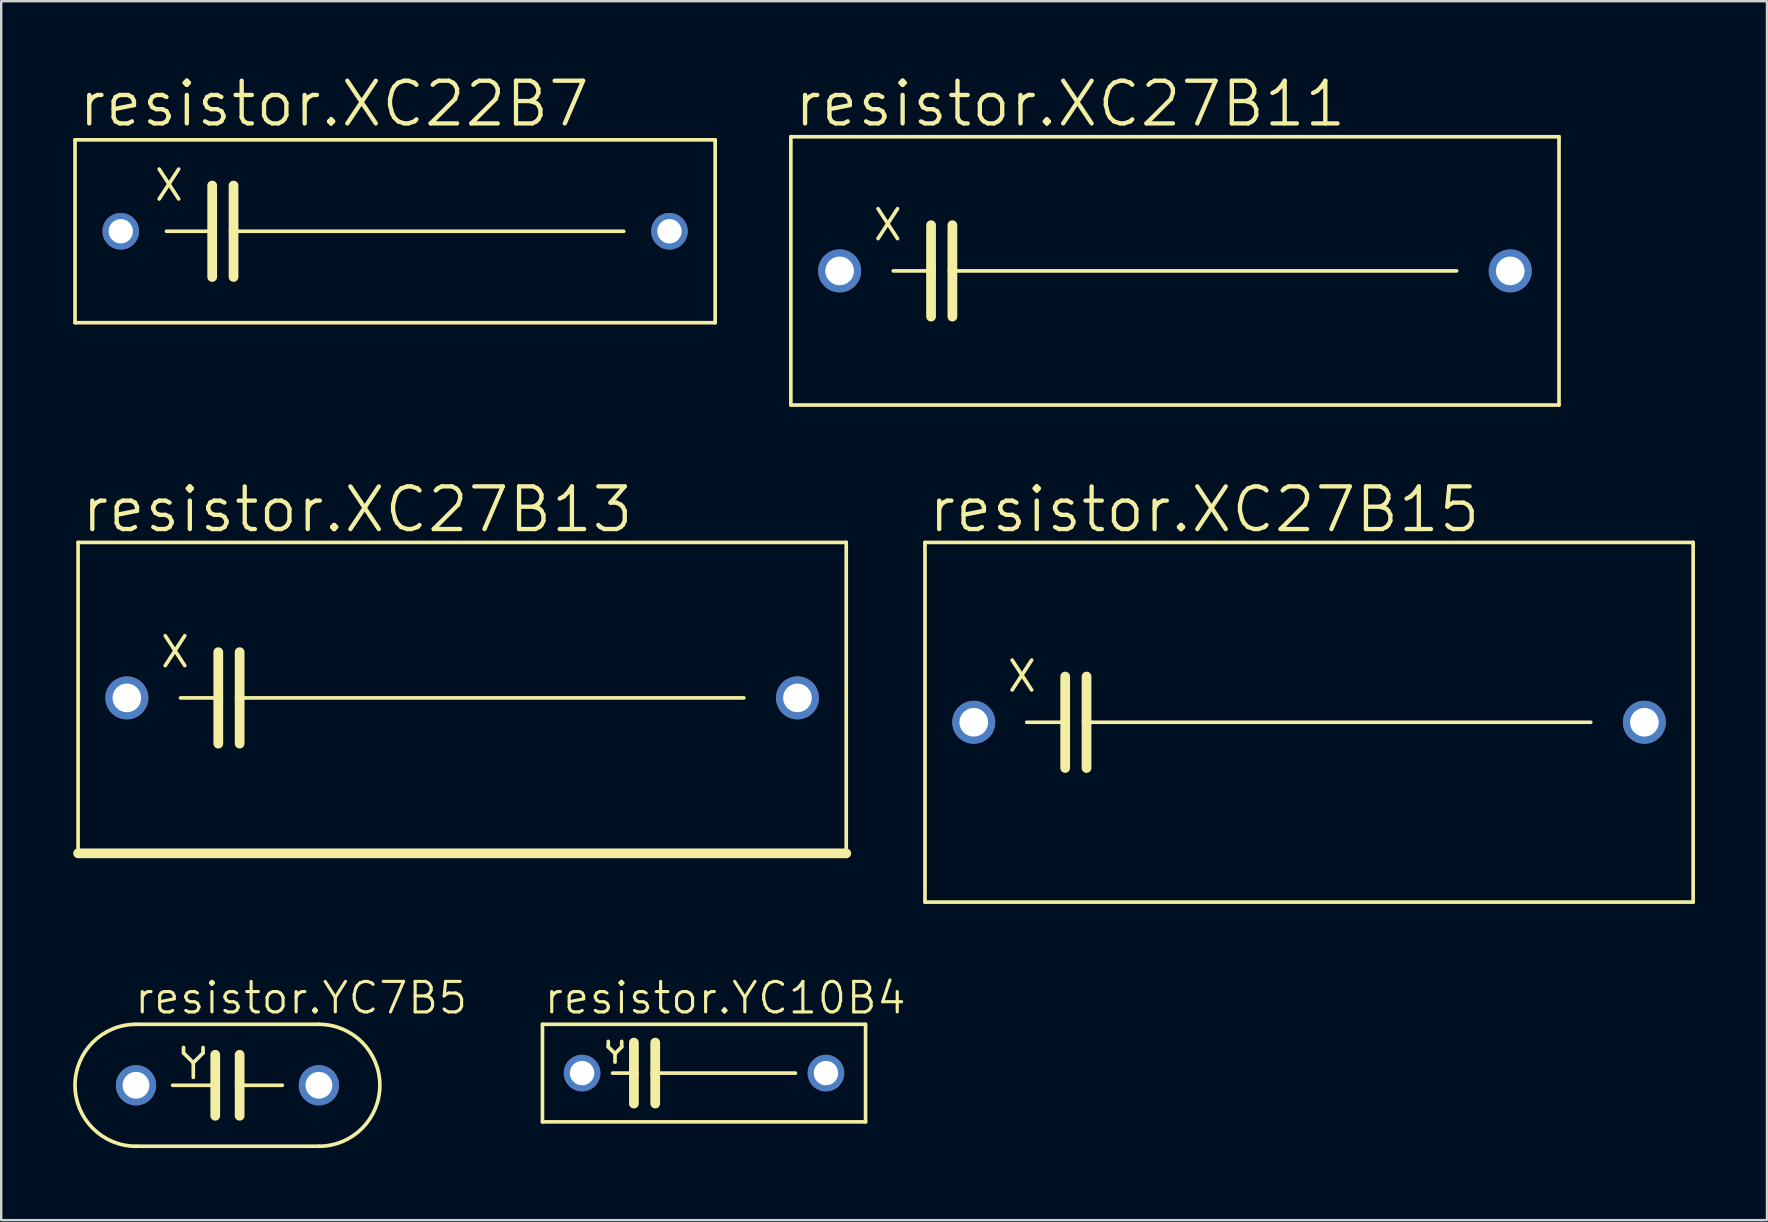
<source format=kicad_pcb>
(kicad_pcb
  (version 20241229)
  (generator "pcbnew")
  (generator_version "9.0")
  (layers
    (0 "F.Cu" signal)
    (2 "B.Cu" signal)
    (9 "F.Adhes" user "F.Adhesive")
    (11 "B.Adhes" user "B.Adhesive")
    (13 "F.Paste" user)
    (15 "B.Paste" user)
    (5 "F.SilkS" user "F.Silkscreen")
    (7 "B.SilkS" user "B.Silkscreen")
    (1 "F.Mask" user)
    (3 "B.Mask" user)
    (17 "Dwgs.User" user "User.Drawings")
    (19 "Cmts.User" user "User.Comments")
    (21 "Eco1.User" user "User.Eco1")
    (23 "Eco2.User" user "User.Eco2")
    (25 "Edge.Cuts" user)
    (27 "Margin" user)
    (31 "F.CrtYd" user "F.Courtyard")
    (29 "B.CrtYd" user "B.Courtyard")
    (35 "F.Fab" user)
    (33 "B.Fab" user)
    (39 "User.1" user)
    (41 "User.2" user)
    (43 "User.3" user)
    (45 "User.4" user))
  (footprint "resistor.XC27B13"
    (layer "F.Cu")
    (at 16.205 26.026)
    (property "Reference" "resistor.XC27B13" (at -15.951 -6.807 0) (layer "F.SilkS") (effects (font (size 1.778 1.778) (thickness 0.18)) (justify left bottom)))
    (attr through_hole)
    (fp_line (start -16.002 6.477) (end -16.002 -6.477) (stroke (width 0.152) (type default)) (layer "F.SilkS"))
    (fp_line (start -16.002 6.477) (end 16.002 6.477) (stroke (width 0.406) (type default)) (layer "F.SilkS"))
    (fp_line (start -12.37 -2.591) (end -11.557 -1.346) (stroke (width 0.152) (type default)) (layer "F.SilkS"))
    (fp_line (start -12.37 -1.346) (end -11.557 -2.591) (stroke (width 0.152) (type default)) (layer "F.SilkS"))
    (fp_line (start -11.735 0) (end -10.16 0) (stroke (width 0.152) (type default)) (layer "F.SilkS"))
    (fp_line (start -10.16 -1.905) (end -10.16 0) (stroke (width 0.406) (type default)) (layer "F.SilkS"))
    (fp_line (start -10.16 0) (end -10.16 1.905) (stroke (width 0.406) (type default)) (layer "F.SilkS"))
    (fp_line (start -9.271 -1.905) (end -9.271 0) (stroke (width 0.406) (type default)) (layer "F.SilkS"))
    (fp_line (start -9.271 0) (end -9.271 1.905) (stroke (width 0.406) (type default)) (layer "F.SilkS"))
    (fp_line (start -9.271 0) (end 11.735 0) (stroke (width 0.152) (type default)) (layer "F.SilkS"))
    (fp_line (start 16.002 -6.477) (end -16.002 -6.477) (stroke (width 0.152) (type default)) (layer "F.SilkS"))
    (fp_line (start 16.002 -6.477) (end 16.002 6.477) (stroke (width 0.152) (type default)) (layer "F.SilkS"))
    (pad "1" thru_hole circle (at -13.97 0) (size 1.791 1.791) (drill 1.194) (layers "*.Cu" "*.Mask"))
    (pad "2" thru_hole circle (at 13.97 0) (size 1.791 1.791) (drill 1.194) (layers "*.Cu" "*.Mask")))
  (footprint "resistor.YC7B5"
    (layer "F.Cu")
    (at 6.426 42.166)
    (property "Reference" "resistor.YC7B5" (at -3.937 -2.896 0) (layer "F.SilkS") (effects (font (size 1.27 1.27) (thickness 0.13)) (justify left bottom)))
    (attr through_hole)
    (fp_line (start -3.81 -2.54) (end 3.81 -2.54) (stroke (width 0.152) (type default)) (layer "F.SilkS"))
    (fp_line (start -3.81 2.54) (end 3.81 2.54) (stroke (width 0.152) (type default)) (layer "F.SilkS"))
    (fp_line (start -2.286 0) (end -0.508 0) (stroke (width 0.152) (type default)) (layer "F.SilkS"))
    (fp_line (start -1.829 -1.575) (end -1.829 -1.346) (stroke (width 0.152) (type default)) (layer "F.SilkS"))
    (fp_line (start -1.829 -1.346) (end -1.422 -0.94) (stroke (width 0.152) (type default)) (layer "F.SilkS"))
    (fp_line (start -1.422 -0.94) (end -1.422 -0.33) (stroke (width 0.152) (type default)) (layer "F.SilkS"))
    (fp_line (start -1.422 -0.94) (end -1.016 -1.346) (stroke (width 0.152) (type default)) (layer "F.SilkS"))
    (fp_line (start -1.016 -1.346) (end -1.016 -1.575) (stroke (width 0.152) (type default)) (layer "F.SilkS"))
    (fp_line (start -0.508 -1.27) (end -0.508 0) (stroke (width 0.406) (type default)) (layer "F.SilkS"))
    (fp_line (start -0.508 0) (end -0.508 1.27) (stroke (width 0.406) (type default)) (layer "F.SilkS"))
    (fp_line (start 0.508 -1.27) (end 0.508 0) (stroke (width 0.406) (type default)) (layer "F.SilkS"))
    (fp_line (start 0.508 0) (end 0.508 1.27) (stroke (width 0.406) (type default)) (layer "F.SilkS"))
    (fp_line (start 2.286 0) (end 0.508 0) (stroke (width 0.152) (type default)) (layer "F.SilkS"))
    (fp_arc (start -3.81 2.54) (mid -6.35 0) (end -3.81 -2.54) (stroke (width 0.1524) (type default)) (layer "F.SilkS"))
    (fp_arc (start 3.81 -2.54) (mid 6.35 0) (end 3.81 2.54) (stroke (width 0.1524) (type default)) (layer "F.SilkS"))
    (pad "1" thru_hole circle (at -3.81 0) (size 1.676 1.676) (drill 1.118) (layers "*.Cu" "*.Mask"))
    (pad "2" thru_hole circle (at 3.81 0) (size 1.676 1.676) (drill 1.118) (layers "*.Cu" "*.Mask")))
  (footprint "resistor.XC27B11"
    (layer "F.Cu")
    (at 45.901 8.236)
    (property "Reference" "resistor.XC27B11" (at -15.951 -5.918 0) (layer "F.SilkS") (effects (font (size 1.778 1.778) (thickness 0.18)) (justify left bottom)))
    (attr through_hole)
    (fp_line (start -16.002 5.588) (end -16.002 -5.588) (stroke (width 0.152) (type default)) (layer "F.SilkS"))
    (fp_line (start -16.002 5.588) (end 16.002 5.588) (stroke (width 0.152) (type default)) (layer "F.SilkS"))
    (fp_line (start -12.37 -2.591) (end -11.557 -1.346) (stroke (width 0.152) (type default)) (layer "F.SilkS"))
    (fp_line (start -12.37 -1.346) (end -11.557 -2.591) (stroke (width 0.152) (type default)) (layer "F.SilkS"))
    (fp_line (start -11.735 0) (end -10.16 0) (stroke (width 0.152) (type default)) (layer "F.SilkS"))
    (fp_line (start -10.16 -1.905) (end -10.16 0) (stroke (width 0.406) (type default)) (layer "F.SilkS"))
    (fp_line (start -10.16 0) (end -10.16 1.905) (stroke (width 0.406) (type default)) (layer "F.SilkS"))
    (fp_line (start -9.271 -1.905) (end -9.271 0) (stroke (width 0.406) (type default)) (layer "F.SilkS"))
    (fp_line (start -9.271 0) (end -9.271 1.905) (stroke (width 0.406) (type default)) (layer "F.SilkS"))
    (fp_line (start -9.271 0) (end 11.735 0) (stroke (width 0.152) (type default)) (layer "F.SilkS"))
    (fp_line (start 16.002 -5.588) (end -16.002 -5.588) (stroke (width 0.152) (type default)) (layer "F.SilkS"))
    (fp_line (start 16.002 -5.588) (end 16.002 5.588) (stroke (width 0.152) (type default)) (layer "F.SilkS"))
    (pad "1" thru_hole circle (at -13.97 0) (size 1.791 1.791) (drill 1.194) (layers "*.Cu" "*.Mask"))
    (pad "2" thru_hole circle (at 13.97 0) (size 1.791 1.791) (drill 1.194) (layers "*.Cu" "*.Mask")))
  (footprint "resistor.YC10B4"
    (layer "F.Cu")
    (at 26.281 41.658)
    (property "Reference" "resistor.YC10B4" (at -6.731 -2.388 0) (layer "F.SilkS") (effects (font (size 1.27 1.27) (thickness 0.13)) (justify left bottom)))
    (attr through_hole)
    (fp_line (start -6.731 -2.032) (end -6.731 2.032) (stroke (width 0.152) (type default)) (layer "F.SilkS"))
    (fp_line (start -6.731 2.032) (end 6.731 2.032) (stroke (width 0.152) (type default)) (layer "F.SilkS"))
    (fp_line (start -3.988 -1.321) (end -3.988 -1.092) (stroke (width 0.152) (type default)) (layer "F.SilkS"))
    (fp_line (start -3.988 -1.092) (end -3.708 -0.813) (stroke (width 0.152) (type default)) (layer "F.SilkS"))
    (fp_line (start -3.81 0) (end -2.921 0) (stroke (width 0.152) (type default)) (layer "F.SilkS"))
    (fp_line (start -3.708 -0.813) (end -3.708 -0.457) (stroke (width 0.152) (type default)) (layer "F.SilkS"))
    (fp_line (start -3.708 -0.813) (end -3.429 -1.092) (stroke (width 0.152) (type default)) (layer "F.SilkS"))
    (fp_line (start -3.429 -1.092) (end -3.429 -1.321) (stroke (width 0.152) (type default)) (layer "F.SilkS"))
    (fp_line (start -2.921 -1.27) (end -2.921 0) (stroke (width 0.406) (type default)) (layer "F.SilkS"))
    (fp_line (start -2.921 0) (end -2.921 1.27) (stroke (width 0.406) (type default)) (layer "F.SilkS"))
    (fp_line (start -2.032 -1.27) (end -2.032 0) (stroke (width 0.406) (type default)) (layer "F.SilkS"))
    (fp_line (start -2.032 0) (end -2.032 1.27) (stroke (width 0.406) (type default)) (layer "F.SilkS"))
    (fp_line (start 3.81 0) (end -2.032 0) (stroke (width 0.152) (type default)) (layer "F.SilkS"))
    (fp_line (start 6.731 -2.032) (end -6.731 -2.032) (stroke (width 0.152) (type default)) (layer "F.SilkS"))
    (fp_line (start 6.731 2.032) (end 6.731 -2.032) (stroke (width 0.152) (type default)) (layer "F.SilkS"))
    (pad "1" thru_hole circle (at -5.08 0) (size 1.524 1.524) (drill 1.016) (layers "*.Cu" "*.Mask"))
    (pad "2" thru_hole circle (at 5.08 0) (size 1.524 1.524) (drill 1.016) (layers "*.Cu" "*.Mask")))
  (footprint "resistor.XC22B7"
    (layer "F.Cu")
    (at 13.411 6.585)
    (property "Reference" "resistor.XC22B7" (at -13.284 -4.267 0) (layer "F.SilkS") (effects (font (size 1.778 1.778) (thickness 0.18)) (justify left bottom)))
    (attr through_hole)
    (fp_line (start -13.335 -3.81) (end 13.335 -3.81) (stroke (width 0.152) (type default)) (layer "F.SilkS"))
    (fp_line (start -13.335 3.81) (end -13.335 -3.81) (stroke (width 0.152) (type default)) (layer "F.SilkS"))
    (fp_line (start -9.83 -2.591) (end -9.017 -1.346) (stroke (width 0.152) (type default)) (layer "F.SilkS"))
    (fp_line (start -9.83 -1.346) (end -9.017 -2.591) (stroke (width 0.152) (type default)) (layer "F.SilkS"))
    (fp_line (start -9.525 0) (end -7.62 0) (stroke (width 0.152) (type default)) (layer "F.SilkS"))
    (fp_line (start -7.62 -1.905) (end -7.62 0) (stroke (width 0.406) (type default)) (layer "F.SilkS"))
    (fp_line (start -7.62 0) (end -7.62 1.905) (stroke (width 0.406) (type default)) (layer "F.SilkS"))
    (fp_line (start -6.731 -1.905) (end -6.731 0) (stroke (width 0.406) (type default)) (layer "F.SilkS"))
    (fp_line (start -6.731 0) (end -6.731 1.905) (stroke (width 0.406) (type default)) (layer "F.SilkS"))
    (fp_line (start -6.731 0) (end 9.525 0) (stroke (width 0.152) (type default)) (layer "F.SilkS"))
    (fp_line (start 13.335 -3.81) (end 13.335 3.81) (stroke (width 0.152) (type default)) (layer "F.SilkS"))
    (fp_line (start 13.335 3.81) (end -13.335 3.81) (stroke (width 0.152) (type default)) (layer "F.SilkS"))
    (pad "1" thru_hole circle (at -11.43 0) (size 1.524 1.524) (drill 1.016) (layers "*.Cu" "*.Mask"))
    (pad "2" thru_hole circle (at 11.43 0) (size 1.524 1.524) (drill 1.016) (layers "*.Cu" "*.Mask")))
  (footprint "resistor.XC27B15"
    (layer "F.Cu")
    (at 51.489 27.042)
    (property "Reference" "resistor.XC27B15" (at -15.951 -7.823 0) (layer "F.SilkS") (effects (font (size 1.778 1.778) (thickness 0.18)) (justify left bottom)))
    (attr through_hole)
    (fp_line (start -16.002 7.493) (end -16.002 -7.493) (stroke (width 0.152) (type default)) (layer "F.SilkS"))
    (fp_line (start -16.002 7.493) (end 16.002 7.493) (stroke (width 0.152) (type default)) (layer "F.SilkS"))
    (fp_line (start -12.37 -2.591) (end -11.557 -1.346) (stroke (width 0.152) (type default)) (layer "F.SilkS"))
    (fp_line (start -12.37 -1.346) (end -11.557 -2.591) (stroke (width 0.152) (type default)) (layer "F.SilkS"))
    (fp_line (start -11.76 0) (end -10.16 0) (stroke (width 0.152) (type default)) (layer "F.SilkS"))
    (fp_line (start -10.16 -1.905) (end -10.16 0) (stroke (width 0.406) (type default)) (layer "F.SilkS"))
    (fp_line (start -10.16 0) (end -10.16 1.905) (stroke (width 0.406) (type default)) (layer "F.SilkS"))
    (fp_line (start -9.271 -1.905) (end -9.271 0) (stroke (width 0.406) (type default)) (layer "F.SilkS"))
    (fp_line (start -9.271 0) (end -9.271 1.905) (stroke (width 0.406) (type default)) (layer "F.SilkS"))
    (fp_line (start -9.271 0) (end 11.735 0) (stroke (width 0.152) (type default)) (layer "F.SilkS"))
    (fp_line (start 16.002 -7.493) (end -16.002 -7.493) (stroke (width 0.152) (type default)) (layer "F.SilkS"))
    (fp_line (start 16.002 -7.493) (end 16.002 7.493) (stroke (width 0.152) (type default)) (layer "F.SilkS"))
    (pad "1" thru_hole circle (at -13.97 0) (size 1.791 1.791) (drill 1.194) (layers "*.Cu" "*.Mask"))
    (pad "2" thru_hole circle (at 13.97 0) (size 1.791 1.791) (drill 1.194) (layers "*.Cu" "*.Mask")))
  (gr_rect
    (start -3 -3)
    (end 70.567 47.783)
    (stroke (width 0.1) (type default))
    (fill no)
    (layer "Edge.Cuts")))
</source>
